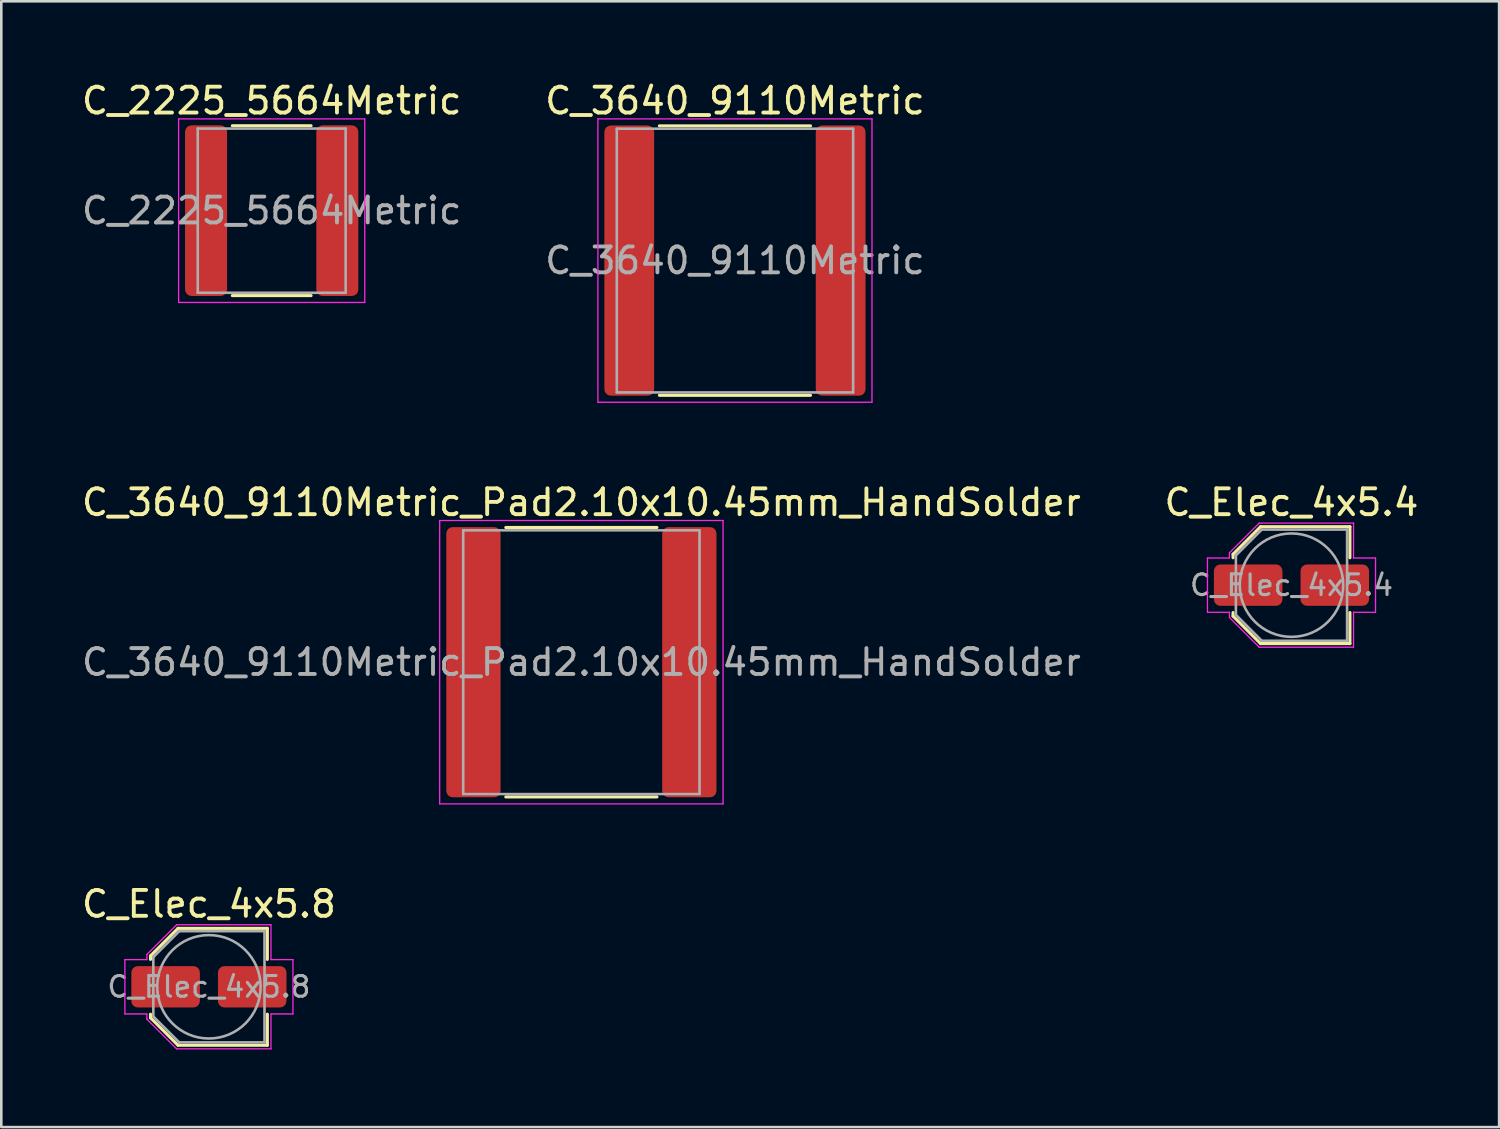
<source format=kicad_pcb>
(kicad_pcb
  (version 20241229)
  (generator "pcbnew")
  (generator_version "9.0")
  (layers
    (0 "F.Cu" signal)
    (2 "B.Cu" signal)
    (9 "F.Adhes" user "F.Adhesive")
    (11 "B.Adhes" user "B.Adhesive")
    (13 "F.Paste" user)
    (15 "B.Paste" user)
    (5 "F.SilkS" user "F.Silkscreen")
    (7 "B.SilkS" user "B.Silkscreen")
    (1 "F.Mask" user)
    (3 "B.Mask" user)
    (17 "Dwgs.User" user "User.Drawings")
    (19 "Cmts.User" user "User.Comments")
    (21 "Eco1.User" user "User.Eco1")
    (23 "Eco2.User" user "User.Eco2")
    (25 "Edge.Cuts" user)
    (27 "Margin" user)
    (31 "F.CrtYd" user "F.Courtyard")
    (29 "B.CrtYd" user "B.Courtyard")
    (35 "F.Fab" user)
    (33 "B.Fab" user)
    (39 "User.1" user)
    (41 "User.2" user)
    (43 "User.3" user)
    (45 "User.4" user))
  (footprint "C_3640_9110Metric_Pad2.10x10.45mm_HandSolder"
    (layer "F.Cu")
    (at 19.435 22.561)
    (property "Reference" "C_3640_9110Metric_Pad2.10x10.45mm_HandSolder" (at 0 -6.18 0) (layer "F.SilkS") (effects (font (size 1 1) (thickness 0.15))))
    (attr smd)
    (fp_line (start -2.922 -5.21) (end 2.922 -5.21) (stroke (width 0.12) (type solid)) (layer "F.SilkS"))
    (fp_line (start -2.922 5.21) (end 2.922 5.21) (stroke (width 0.12) (type solid)) (layer "F.SilkS"))
    (fp_line (start -5.48 -5.48) (end 5.48 -5.48) (stroke (width 0.05) (type solid)) (layer "F.CrtYd"))
    (fp_line (start -5.48 5.48) (end -5.48 -5.48) (stroke (width 0.05) (type solid)) (layer "F.CrtYd"))
    (fp_line (start 5.48 -5.48) (end 5.48 5.48) (stroke (width 0.05) (type solid)) (layer "F.CrtYd"))
    (fp_line (start 5.48 5.48) (end -5.48 5.48) (stroke (width 0.05) (type solid)) (layer "F.CrtYd"))
    (fp_line (start -4.57 -5.1) (end 4.57 -5.1) (stroke (width 0.1) (type solid)) (layer "F.Fab"))
    (fp_line (start -4.57 5.1) (end -4.57 -5.1) (stroke (width 0.1) (type solid)) (layer "F.Fab"))
    (fp_line (start 4.57 -5.1) (end 4.57 5.1) (stroke (width 0.1) (type solid)) (layer "F.Fab"))
    (fp_line (start 4.57 5.1) (end -4.57 5.1) (stroke (width 0.1) (type solid)) (layer "F.Fab"))
    (fp_text user "${REFERENCE}" (at 0 0 0) (layer "F.Fab") (effects (font (size 1 1) (thickness 0.15))))
    (pad "1" smd roundrect (at -4.175 0) (size 2.1 10.45) (layers "F.Cu" "F.Mask" "F.Paste") (roundrect_rratio 0.119))
    (pad "2" smd roundrect (at 4.175 0) (size 2.1 10.45) (layers "F.Cu" "F.Mask" "F.Paste") (roundrect_rratio 0.119)))
  (footprint "C_3640_9110Metric"
    (layer "F.Cu")
    (at 25.375 7.028)
    (property "Reference" "C_3640_9110Metric" (at 0 -6.18 0) (layer "F.SilkS") (effects (font (size 1 1) (thickness 0.15))))
    (attr smd)
    (fp_line (start -2.922 -5.21) (end 2.922 -5.21) (stroke (width 0.12) (type solid)) (layer "F.SilkS"))
    (fp_line (start -2.922 5.21) (end 2.922 5.21) (stroke (width 0.12) (type solid)) (layer "F.SilkS"))
    (fp_line (start -5.3 -5.48) (end 5.3 -5.48) (stroke (width 0.05) (type solid)) (layer "F.CrtYd"))
    (fp_line (start -5.3 5.48) (end -5.3 -5.48) (stroke (width 0.05) (type solid)) (layer "F.CrtYd"))
    (fp_line (start 5.3 -5.48) (end 5.3 5.48) (stroke (width 0.05) (type solid)) (layer "F.CrtYd"))
    (fp_line (start 5.3 5.48) (end -5.3 5.48) (stroke (width 0.05) (type solid)) (layer "F.CrtYd"))
    (fp_line (start -4.57 -5.1) (end 4.57 -5.1) (stroke (width 0.1) (type solid)) (layer "F.Fab"))
    (fp_line (start -4.57 5.1) (end -4.57 -5.1) (stroke (width 0.1) (type solid)) (layer "F.Fab"))
    (fp_line (start 4.57 -5.1) (end 4.57 5.1) (stroke (width 0.1) (type solid)) (layer "F.Fab"))
    (fp_line (start 4.57 5.1) (end -4.57 5.1) (stroke (width 0.1) (type solid)) (layer "F.Fab"))
    (fp_text user "${REFERENCE}" (at 0 0 0) (layer "F.Fab") (effects (font (size 1 1) (thickness 0.15))))
    (pad "1" smd roundrect (at -4.088 0) (size 1.925 10.45) (layers "F.Cu" "F.Mask" "F.Paste") (roundrect_rratio 0.13))
    (pad "2" smd roundrect (at 4.088 0) (size 1.925 10.45) (layers "F.Cu" "F.Mask" "F.Paste") (roundrect_rratio 0.13)))
  (footprint "C_2225_5664Metric"
    (layer "F.Cu")
    (at 7.458 5.098)
    (property "Reference" "C_2225_5664Metric" (at 0 -4.25 0) (layer "F.SilkS") (effects (font (size 1 1) (thickness 0.15))))
    (attr smd)
    (fp_line (start -1.522 -3.285) (end 1.522 -3.285) (stroke (width 0.12) (type solid)) (layer "F.SilkS"))
    (fp_line (start -1.522 3.285) (end 1.522 3.285) (stroke (width 0.12) (type solid)) (layer "F.SilkS"))
    (fp_line (start -3.6 -3.55) (end 3.6 -3.55) (stroke (width 0.05) (type solid)) (layer "F.CrtYd"))
    (fp_line (start -3.6 3.55) (end -3.6 -3.55) (stroke (width 0.05) (type solid)) (layer "F.CrtYd"))
    (fp_line (start 3.6 -3.55) (end 3.6 3.55) (stroke (width 0.05) (type solid)) (layer "F.CrtYd"))
    (fp_line (start 3.6 3.55) (end -3.6 3.55) (stroke (width 0.05) (type solid)) (layer "F.CrtYd"))
    (fp_line (start -2.86 -3.175) (end 2.86 -3.175) (stroke (width 0.1) (type solid)) (layer "F.Fab"))
    (fp_line (start -2.86 3.175) (end -2.86 -3.175) (stroke (width 0.1) (type solid)) (layer "F.Fab"))
    (fp_line (start 2.86 -3.175) (end 2.86 3.175) (stroke (width 0.1) (type solid)) (layer "F.Fab"))
    (fp_line (start 2.86 3.175) (end -2.86 3.175) (stroke (width 0.1) (type solid)) (layer "F.Fab"))
    (fp_text user "${REFERENCE}" (at 0 0 0) (layer "F.Fab") (effects (font (size 1 1) (thickness 0.15))))
    (pad "1" smd roundrect (at -2.538 0) (size 1.625 6.6) (layers "F.Cu" "F.Mask" "F.Paste") (roundrect_rratio 0.154))
    (pad "2" smd roundrect (at 2.538 0) (size 1.625 6.6) (layers "F.Cu" "F.Mask" "F.Paste") (roundrect_rratio 0.154)))
  (footprint "C_Elec_4x5.8"
    (layer "F.Cu")
    (at 5.03 35.115)
    (property "Reference" "C_Elec_4x5.8" (at 0 -3.2 0) (layer "F.SilkS") (effects (font (size 1 1) (thickness 0.15))))
    (attr smd)
    (fp_line (start -2.26 -1.196) (end -2.26 -1.06) (stroke (width 0.12) (type solid)) (layer "F.SilkS"))
    (fp_line (start -2.26 -1.196) (end -1.196 -2.26) (stroke (width 0.12) (type solid)) (layer "F.SilkS"))
    (fp_line (start -2.26 1.196) (end -2.26 1.06) (stroke (width 0.12) (type solid)) (layer "F.SilkS"))
    (fp_line (start -2.26 1.196) (end -1.196 2.26) (stroke (width 0.12) (type solid)) (layer "F.SilkS"))
    (fp_line (start -1.196 -2.26) (end 2.26 -2.26) (stroke (width 0.12) (type solid)) (layer "F.SilkS"))
    (fp_line (start -1.196 2.26) (end 2.26 2.26) (stroke (width 0.12) (type solid)) (layer "F.SilkS"))
    (fp_line (start 2.26 -2.26) (end 2.26 -1.06) (stroke (width 0.12) (type solid)) (layer "F.SilkS"))
    (fp_line (start 2.26 2.26) (end 2.26 1.06) (stroke (width 0.12) (type solid)) (layer "F.SilkS"))
    (fp_line (start -3.25 -1.05) (end -3.25 1.05) (stroke (width 0.05) (type solid)) (layer "F.CrtYd"))
    (fp_line (start -3.25 1.05) (end -2.4 1.05) (stroke (width 0.05) (type solid)) (layer "F.CrtYd"))
    (fp_line (start -2.4 -1.25) (end -2.4 -1.05) (stroke (width 0.05) (type solid)) (layer "F.CrtYd"))
    (fp_line (start -2.4 -1.25) (end -1.25 -2.4) (stroke (width 0.05) (type solid)) (layer "F.CrtYd"))
    (fp_line (start -2.4 -1.05) (end -3.25 -1.05) (stroke (width 0.05) (type solid)) (layer "F.CrtYd"))
    (fp_line (start -2.4 1.05) (end -2.4 1.25) (stroke (width 0.05) (type solid)) (layer "F.CrtYd"))
    (fp_line (start -2.4 1.25) (end -1.25 2.4) (stroke (width 0.05) (type solid)) (layer "F.CrtYd"))
    (fp_line (start -1.25 -2.4) (end 2.4 -2.4) (stroke (width 0.05) (type solid)) (layer "F.CrtYd"))
    (fp_line (start -1.25 2.4) (end 2.4 2.4) (stroke (width 0.05) (type solid)) (layer "F.CrtYd"))
    (fp_line (start 2.4 -2.4) (end 2.4 -1.05) (stroke (width 0.05) (type solid)) (layer "F.CrtYd"))
    (fp_line (start 2.4 -1.05) (end 3.25 -1.05) (stroke (width 0.05) (type solid)) (layer "F.CrtYd"))
    (fp_line (start 2.4 1.05) (end 2.4 2.4) (stroke (width 0.05) (type solid)) (layer "F.CrtYd"))
    (fp_line (start 3.25 -1.05) (end 3.25 1.05) (stroke (width 0.05) (type solid)) (layer "F.CrtYd"))
    (fp_line (start 3.25 1.05) (end 2.4 1.05) (stroke (width 0.05) (type solid)) (layer "F.CrtYd"))
    (fp_line (start -2.15 -1.15) (end -2.15 1.15) (stroke (width 0.1) (type solid)) (layer "F.Fab"))
    (fp_line (start -2.15 -1.15) (end -1.15 -2.15) (stroke (width 0.1) (type solid)) (layer "F.Fab"))
    (fp_line (start -2.15 1.15) (end -1.15 2.15) (stroke (width 0.1) (type solid)) (layer "F.Fab"))
    (fp_line (start -1.15 -2.15) (end 2.15 -2.15) (stroke (width 0.1) (type solid)) (layer "F.Fab"))
    (fp_line (start -1.15 2.15) (end 2.15 2.15) (stroke (width 0.1) (type solid)) (layer "F.Fab"))
    (fp_line (start 2.15 -2.15) (end 2.15 2.15) (stroke (width 0.1) (type solid)) (layer "F.Fab"))
    (fp_circle (center 0 0) (end 2 0) (stroke (width 0.1) (type solid)) (fill no) (layer "F.Fab"))
    (fp_text user "${REFERENCE}" (at 0 0 0) (layer "F.Fab") (effects (font (size 0.8 0.8) (thickness 0.12))))
    (pad "1" smd roundrect (at -1.675 0) (size 2.65 1.6) (layers "F.Cu" "F.Mask" "F.Paste") (roundrect_rratio 0.156))
    (pad "2" smd roundrect (at 1.675 0) (size 2.65 1.6) (layers "F.Cu" "F.Mask" "F.Paste") (roundrect_rratio 0.156)))
  (footprint "C_Elec_4x5.4"
    (layer "F.Cu")
    (at 46.899 19.581)
    (property "Reference" "C_Elec_4x5.4" (at 0 -3.2 0) (layer "F.SilkS") (effects (font (size 1 1) (thickness 0.15))))
    (attr smd)
    (fp_line (start -2.26 -1.196) (end -2.26 -1.06) (stroke (width 0.12) (type solid)) (layer "F.SilkS"))
    (fp_line (start -2.26 -1.196) (end -1.196 -2.26) (stroke (width 0.12) (type solid)) (layer "F.SilkS"))
    (fp_line (start -2.26 1.196) (end -2.26 1.06) (stroke (width 0.12) (type solid)) (layer "F.SilkS"))
    (fp_line (start -2.26 1.196) (end -1.196 2.26) (stroke (width 0.12) (type solid)) (layer "F.SilkS"))
    (fp_line (start -1.196 -2.26) (end 2.26 -2.26) (stroke (width 0.12) (type solid)) (layer "F.SilkS"))
    (fp_line (start -1.196 2.26) (end 2.26 2.26) (stroke (width 0.12) (type solid)) (layer "F.SilkS"))
    (fp_line (start 2.26 -2.26) (end 2.26 -1.06) (stroke (width 0.12) (type solid)) (layer "F.SilkS"))
    (fp_line (start 2.26 2.26) (end 2.26 1.06) (stroke (width 0.12) (type solid)) (layer "F.SilkS"))
    (fp_line (start -3.25 -1.05) (end -3.25 1.05) (stroke (width 0.05) (type solid)) (layer "F.CrtYd"))
    (fp_line (start -3.25 1.05) (end -2.4 1.05) (stroke (width 0.05) (type solid)) (layer "F.CrtYd"))
    (fp_line (start -2.4 -1.25) (end -2.4 -1.05) (stroke (width 0.05) (type solid)) (layer "F.CrtYd"))
    (fp_line (start -2.4 -1.25) (end -1.25 -2.4) (stroke (width 0.05) (type solid)) (layer "F.CrtYd"))
    (fp_line (start -2.4 -1.05) (end -3.25 -1.05) (stroke (width 0.05) (type solid)) (layer "F.CrtYd"))
    (fp_line (start -2.4 1.05) (end -2.4 1.25) (stroke (width 0.05) (type solid)) (layer "F.CrtYd"))
    (fp_line (start -2.4 1.25) (end -1.25 2.4) (stroke (width 0.05) (type solid)) (layer "F.CrtYd"))
    (fp_line (start -1.25 -2.4) (end 2.4 -2.4) (stroke (width 0.05) (type solid)) (layer "F.CrtYd"))
    (fp_line (start -1.25 2.4) (end 2.4 2.4) (stroke (width 0.05) (type solid)) (layer "F.CrtYd"))
    (fp_line (start 2.4 -2.4) (end 2.4 -1.05) (stroke (width 0.05) (type solid)) (layer "F.CrtYd"))
    (fp_line (start 2.4 -1.05) (end 3.25 -1.05) (stroke (width 0.05) (type solid)) (layer "F.CrtYd"))
    (fp_line (start 2.4 1.05) (end 2.4 2.4) (stroke (width 0.05) (type solid)) (layer "F.CrtYd"))
    (fp_line (start 3.25 -1.05) (end 3.25 1.05) (stroke (width 0.05) (type solid)) (layer "F.CrtYd"))
    (fp_line (start 3.25 1.05) (end 2.4 1.05) (stroke (width 0.05) (type solid)) (layer "F.CrtYd"))
    (fp_line (start -2.15 -1.15) (end -2.15 1.15) (stroke (width 0.1) (type solid)) (layer "F.Fab"))
    (fp_line (start -2.15 -1.15) (end -1.15 -2.15) (stroke (width 0.1) (type solid)) (layer "F.Fab"))
    (fp_line (start -2.15 1.15) (end -1.15 2.15) (stroke (width 0.1) (type solid)) (layer "F.Fab"))
    (fp_line (start -1.15 -2.15) (end 2.15 -2.15) (stroke (width 0.1) (type solid)) (layer "F.Fab"))
    (fp_line (start -1.15 2.15) (end 2.15 2.15) (stroke (width 0.1) (type solid)) (layer "F.Fab"))
    (fp_line (start 2.15 -2.15) (end 2.15 2.15) (stroke (width 0.1) (type solid)) (layer "F.Fab"))
    (fp_circle (center 0 0) (end 2 0) (stroke (width 0.1) (type solid)) (fill no) (layer "F.Fab"))
    (fp_text user "${REFERENCE}" (at 0 0 0) (layer "F.Fab") (effects (font (size 0.8 0.8) (thickness 0.12))))
    (pad "1" smd roundrect (at -1.675 0) (size 2.65 1.6) (layers "F.Cu" "F.Mask" "F.Paste") (roundrect_rratio 0.156))
    (pad "2" smd roundrect (at 1.675 0) (size 2.65 1.6) (layers "F.Cu" "F.Mask" "F.Paste") (roundrect_rratio 0.156)))
  (gr_rect
    (start -3 -3)
    (end 54.929 40.54)
    (stroke (width 0.1) (type default))
    (fill no)
    (layer "Edge.Cuts")))
</source>
